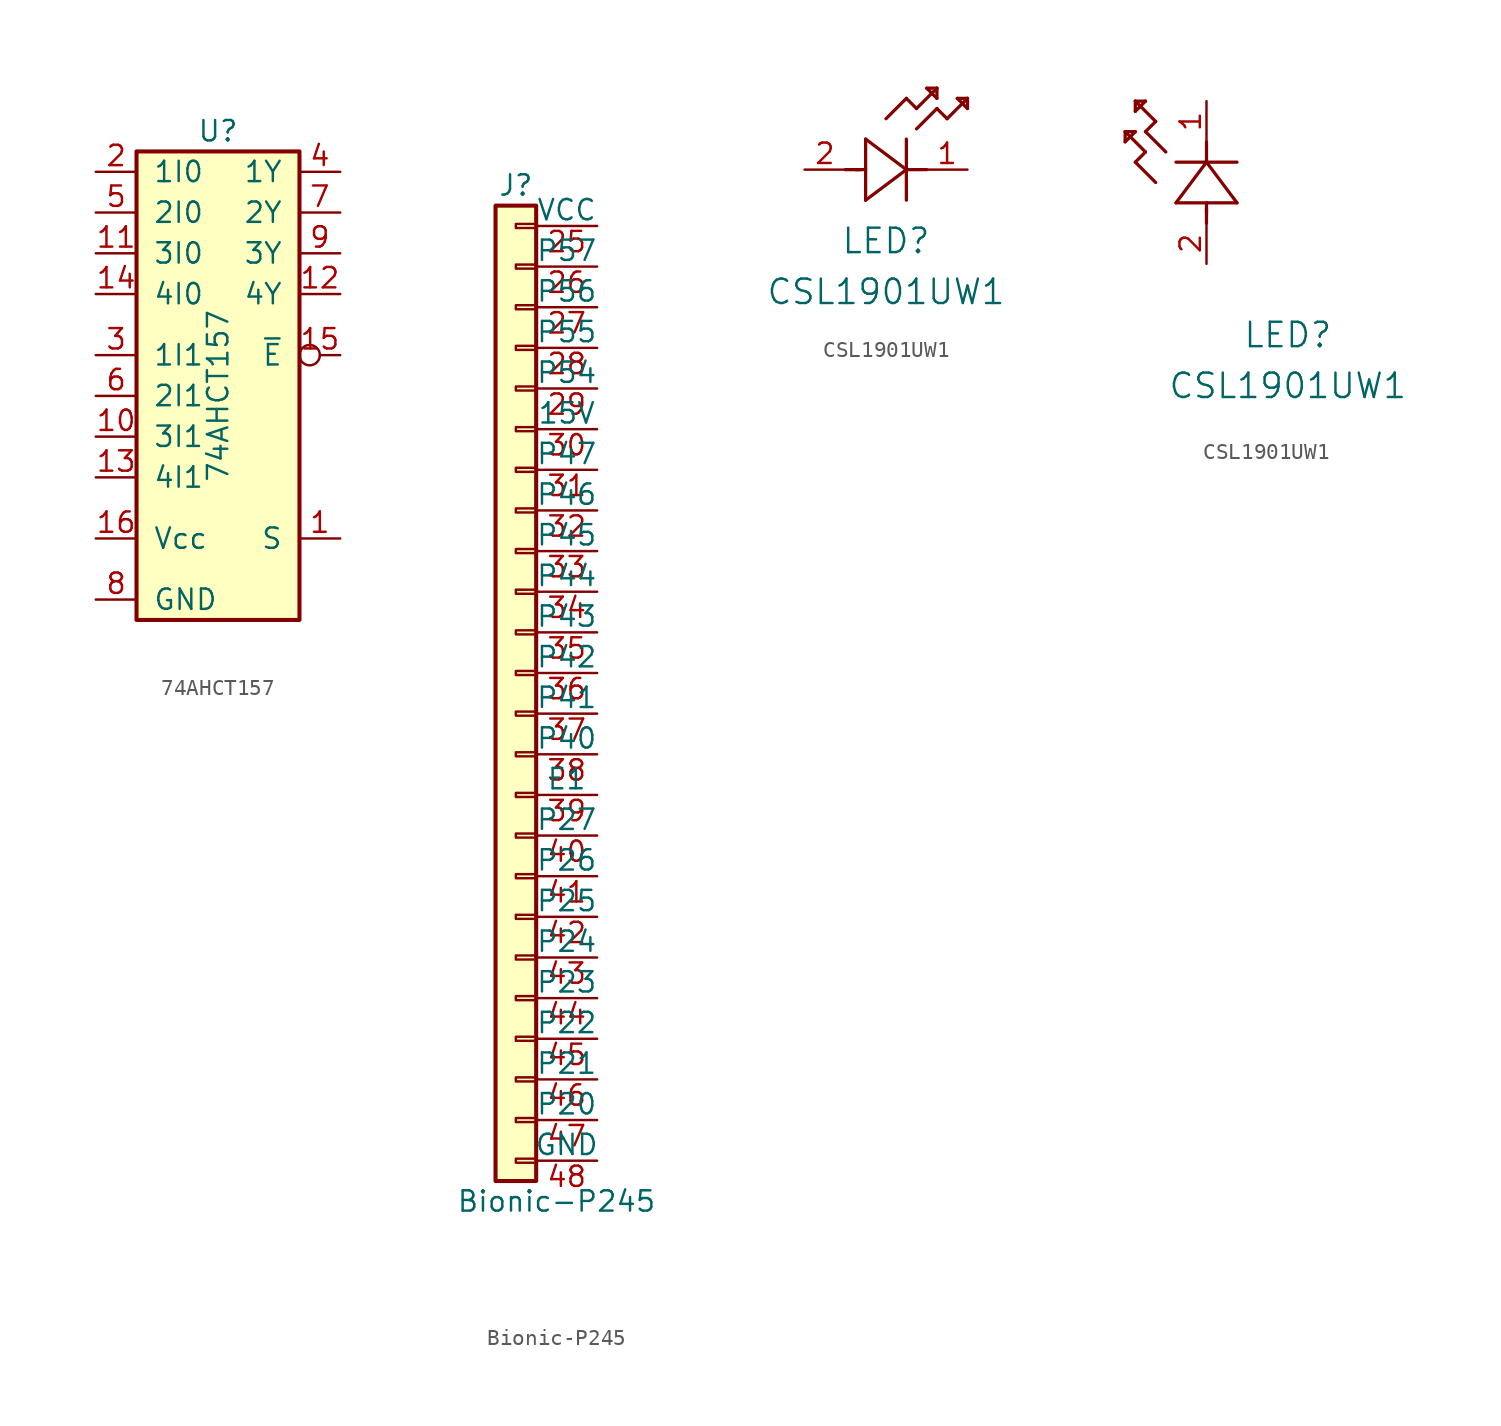
<source format=kicad_sym>
(kicad_symbol_lib
  (version 20220914)
  (generator kicad_symbol_editor)
  (symbol "74AHCT157"
    (pin_names
      (offset 1.016))
    (property "Reference" "U"
      (at 0 16.51 0)
      (effects (font (size 1.27 1.27))))
    (property "Value" "74AHCT157"
      (at 0 0 90)
      (effects (font (size 1.27 1.27))))
    (symbol "74AHCT157_1_0"
      (pin input line (at 7.62 -8.89 180) (length 2.54) (name "S" (effects (font (size 1.27 1.27)))) (number "1" (effects (font (size 1.27 1.27)))))
      (pin input line (at -7.62 -2.54 0) (length 2.54) (name "3I1" (effects (font (size 1.27 1.27)))) (number "10" (effects (font (size 1.27 1.27)))))
      (pin input line (at -7.62 8.89 0) (length 2.54) (name "3I0" (effects (font (size 1.27 1.27)))) (number "11" (effects (font (size 1.27 1.27)))))
      (pin output line (at 7.62 6.35 180) (length 2.54) (name "4Y" (effects (font (size 1.27 1.27)))) (number "12" (effects (font (size 1.27 1.27)))))
      (pin input line (at -7.62 -5.08 0) (length 2.54) (name "4I1" (effects (font (size 1.27 1.27)))) (number "13" (effects (font (size 1.27 1.27)))))
      (pin input line (at -7.62 6.35 0) (length 2.54) (name "4I0" (effects (font (size 1.27 1.27)))) (number "14" (effects (font (size 1.27 1.27)))))
      (pin input inverted (at 7.62 2.54 180) (length 2.54) (name "~{E}" (effects (font (size 1.27 1.27)))) (number "15" (effects (font (size 1.27 1.27)))))
      (pin power_in line (at -7.62 -8.89 0) (length 2.54) (name "Vcc" (effects (font (size 1.27 1.27)))) (number "16" (effects (font (size 1.27 1.27)))))
      (pin input line (at -7.62 13.97 0) (length 2.54) (name "1I0" (effects (font (size 1.27 1.27)))) (number "2" (effects (font (size 1.27 1.27)))))
      (pin input line (at -7.62 2.54 0) (length 2.54) (name "1I1" (effects (font (size 1.27 1.27)))) (number "3" (effects (font (size 1.27 1.27)))))
      (pin output line (at 7.62 13.97 180) (length 2.54) (name "1Y" (effects (font (size 1.27 1.27)))) (number "4" (effects (font (size 1.27 1.27)))))
      (pin input line (at -7.62 11.43 0) (length 2.54) (name "2I0" (effects (font (size 1.27 1.27)))) (number "5" (effects (font (size 1.27 1.27)))))
      (pin input line (at -7.62 0 0) (length 2.54) (name "2I1" (effects (font (size 1.27 1.27)))) (number "6" (effects (font (size 1.27 1.27)))))
      (pin output line (at 7.62 11.43 180) (length 2.54) (name "2Y" (effects (font (size 1.27 1.27)))) (number "7" (effects (font (size 1.27 1.27)))))
      (pin power_in line (at -7.62 -12.7 0) (length 2.54) (name "GND" (effects (font (size 1.27 1.27)))) (number "8" (effects (font (size 1.27 1.27)))))
      (pin output line (at 7.62 8.89 180) (length 2.54) (name "3Y" (effects (font (size 1.27 1.27)))) (number "9" (effects (font (size 1.27 1.27))))))
    (symbol "74AHCT157_1_1"
      (rectangle (start -5.08 15.24) (end 5.08 -13.97) (stroke (width 0.254) (type default)) (fill (type background)))))
  (symbol "Bionic-P245"
    (pin_names
      (offset 0))
    (property "Reference" "J"
      (at -3.81 30.48 0)
      (effects (font (size 1.27 1.27))))
    (property "Value" "Bionic-P245"
      (at -1.27 -33.02 0)
      (effects (font (size 1.27 1.27))))
    (symbol "Bionic-P245_1_1"
      (rectangle (start -2.54 -30.607) (end -3.81 -30.353) (stroke (width 0.152) (type default)) (fill (type none)))
      (rectangle (start -2.54 -28.067) (end -3.81 -27.813) (stroke (width 0.152) (type default)) (fill (type none)))
      (rectangle (start -2.54 -25.527) (end -3.81 -25.273) (stroke (width 0.152) (type default)) (fill (type none)))
      (rectangle (start -2.54 -22.987) (end -3.81 -22.733) (stroke (width 0.152) (type default)) (fill (type none)))
      (rectangle (start -2.54 -20.447) (end -3.81 -20.193) (stroke (width 0.152) (type default)) (fill (type none)))
      (rectangle (start -2.54 -17.907) (end -3.81 -17.653) (stroke (width 0.152) (type default)) (fill (type none)))
      (rectangle (start -2.54 -15.367) (end -3.81 -15.113) (stroke (width 0.152) (type default)) (fill (type none)))
      (rectangle (start -2.54 -12.827) (end -3.81 -12.573) (stroke (width 0.152) (type default)) (fill (type none)))
      (rectangle (start -2.54 -10.287) (end -3.81 -10.033) (stroke (width 0.152) (type default)) (fill (type none)))
      (rectangle (start -2.54 -7.747) (end -3.81 -7.493) (stroke (width 0.152) (type default)) (fill (type none)))
      (rectangle (start -2.54 -5.207) (end -3.81 -4.953) (stroke (width 0.152) (type default)) (fill (type none)))
      (rectangle (start -2.54 -2.667) (end -3.81 -2.413) (stroke (width 0.152) (type default)) (fill (type none)))
      (rectangle (start -2.54 -0.127) (end -3.81 0.127) (stroke (width 0.152) (type default)) (fill (type none)))
      (rectangle (start -2.54 2.413) (end -3.81 2.667) (stroke (width 0.152) (type default)) (fill (type none)))
      (rectangle (start -2.54 4.953) (end -3.81 5.207) (stroke (width 0.152) (type default)) (fill (type none)))
      (rectangle (start -2.54 7.493) (end -3.81 7.747) (stroke (width 0.152) (type default)) (fill (type none)))
      (rectangle (start -2.54 10.033) (end -3.81 10.287) (stroke (width 0.152) (type default)) (fill (type none)))
      (rectangle (start -2.54 12.573) (end -3.81 12.827) (stroke (width 0.152) (type default)) (fill (type none)))
      (rectangle (start -2.54 15.113) (end -3.81 15.367) (stroke (width 0.152) (type default)) (fill (type none)))
      (rectangle (start -2.54 17.653) (end -3.81 17.907) (stroke (width 0.152) (type default)) (fill (type none)))
      (rectangle (start -2.54 20.193) (end -3.81 20.447) (stroke (width 0.152) (type default)) (fill (type none)))
      (rectangle (start -2.54 22.733) (end -3.81 22.987) (stroke (width 0.152) (type default)) (fill (type none)))
      (rectangle (start -2.54 25.273) (end -3.81 25.527) (stroke (width 0.152) (type default)) (fill (type none)))
      (rectangle (start -2.54 27.813) (end -3.81 28.067) (stroke (width 0.152) (type default)) (fill (type none)))
      (rectangle (start -2.54 29.21) (end -5.08 -31.75) (stroke (width 0.254) (type default)) (fill (type background)))
      (pin power_in line (at 1.27 27.94 180) (length 3.81) (name "VCC" (effects (font (size 1.27 1.27)))) (number "25" (effects (font (size 1.27 1.27)))))
      (pin bidirectional line (at 1.27 25.4 180) (length 3.81) (name "P57" (effects (font (size 1.27 1.27)))) (number "26" (effects (font (size 1.27 1.27)))))
      (pin bidirectional line (at 1.27 22.86 180) (length 3.81) (name "P56" (effects (font (size 1.27 1.27)))) (number "27" (effects (font (size 1.27 1.27)))))
      (pin bidirectional line (at 1.27 20.32 180) (length 3.81) (name "P55" (effects (font (size 1.27 1.27)))) (number "28" (effects (font (size 1.27 1.27)))))
      (pin bidirectional line (at 1.27 17.78 180) (length 3.81) (name "P54" (effects (font (size 1.27 1.27)))) (number "29" (effects (font (size 1.27 1.27)))))
      (pin power_in line (at 1.27 15.24 180) (length 3.81) (name "15V" (effects (font (size 1.27 1.27)))) (number "30" (effects (font (size 1.27 1.27)))))
      (pin bidirectional line (at 1.27 12.7 180) (length 3.81) (name "P47" (effects (font (size 1.27 1.27)))) (number "31" (effects (font (size 1.27 1.27)))))
      (pin bidirectional line (at 1.27 10.16 180) (length 3.81) (name "P46" (effects (font (size 1.27 1.27)))) (number "32" (effects (font (size 1.27 1.27)))))
      (pin bidirectional line (at 1.27 7.62 180) (length 3.81) (name "P45" (effects (font (size 1.27 1.27)))) (number "33" (effects (font (size 1.27 1.27)))))
      (pin bidirectional line (at 1.27 5.08 180) (length 3.81) (name "P44" (effects (font (size 1.27 1.27)))) (number "34" (effects (font (size 1.27 1.27)))))
      (pin bidirectional line (at 1.27 2.54 180) (length 3.81) (name "P43" (effects (font (size 1.27 1.27)))) (number "35" (effects (font (size 1.27 1.27)))))
      (pin bidirectional line (at 1.27 0 180) (length 3.81) (name "P42" (effects (font (size 1.27 1.27)))) (number "36" (effects (font (size 1.27 1.27)))))
      (pin bidirectional line (at 1.27 -2.54 180) (length 3.81) (name "P41" (effects (font (size 1.27 1.27)))) (number "37" (effects (font (size 1.27 1.27)))))
      (pin bidirectional line (at 1.27 -5.08 180) (length 3.81) (name "P40" (effects (font (size 1.27 1.27)))) (number "38" (effects (font (size 1.27 1.27)))))
      (pin bidirectional line (at 1.27 -7.62 180) (length 3.81) (name "E1" (effects (font (size 1.27 1.27)))) (number "39" (effects (font (size 1.27 1.27)))))
      (pin bidirectional line (at 1.27 -10.16 180) (length 3.81) (name "P27" (effects (font (size 1.27 1.27)))) (number "40" (effects (font (size 1.27 1.27)))))
      (pin bidirectional line (at 1.27 -12.7 180) (length 3.81) (name "P26" (effects (font (size 1.27 1.27)))) (number "41" (effects (font (size 1.27 1.27)))))
      (pin bidirectional line (at 1.27 -15.24 180) (length 3.81) (name "P25" (effects (font (size 1.27 1.27)))) (number "42" (effects (font (size 1.27 1.27)))))
      (pin bidirectional line (at 1.27 -17.78 180) (length 3.81) (name "P24" (effects (font (size 1.27 1.27)))) (number "43" (effects (font (size 1.27 1.27)))))
      (pin bidirectional line (at 1.27 -20.32 180) (length 3.81) (name "P23" (effects (font (size 1.27 1.27)))) (number "44" (effects (font (size 1.27 1.27)))))
      (pin bidirectional line (at 1.27 -22.86 180) (length 3.81) (name "P22" (effects (font (size 1.27 1.27)))) (number "45" (effects (font (size 1.27 1.27)))))
      (pin bidirectional line (at 1.27 -25.4 180) (length 3.81) (name "P21" (effects (font (size 1.27 1.27)))) (number "46" (effects (font (size 1.27 1.27)))))
      (pin bidirectional line (at 1.27 -27.94 180) (length 3.81) (name "P20" (effects (font (size 1.27 1.27)))) (number "47" (effects (font (size 1.27 1.27)))))
      (pin power_in line (at 1.27 -30.48 180) (length 3.81) (name "GND" (effects (font (size 1.27 1.27)))) (number "48" (effects (font (size 1.27 1.27)))))))
  (symbol "CSL1901UW1"
    (pin_names
      (offset 0.254))
    (property "Reference" "LED"
      (at 5.08 -4.445 0)
      (effects (font (size 1.524 1.524))))
    (property "Value" "CSL1901UW1"
      (at 5.08 -7.62 0)
      (effects (font (size 1.524 1.524))))
    (property "ki_locked" ""
      (at 0 0 0)
      (effects (font (size 1.27 1.27))))
    (symbol "CSL1901UW1_1_1"
      (polyline (pts (xy 2.54 0) (xy 3.48 0)) (stroke (width 0.203) (type default)) (fill (type none)))
      (polyline (pts (xy 3.175 0) (xy 3.81 0)) (stroke (width 0.203) (type default)) (fill (type none)))
      (polyline (pts (xy 3.81 -1.905) (xy 6.35 0)) (stroke (width 0.203) (type default)) (fill (type none)))
      (polyline (pts (xy 3.81 1.905) (xy 3.81 -1.905)) (stroke (width 0.203) (type default)) (fill (type none)))
      (polyline (pts (xy 5.08 3.175) (xy 6.35 4.445)) (stroke (width 0.203) (type default)) (fill (type none)))
      (polyline (pts (xy 6.35 -1.905) (xy 6.35 1.905)) (stroke (width 0.203) (type default)) (fill (type none)))
      (polyline (pts (xy 6.35 0) (xy 3.81 1.905)) (stroke (width 0.203) (type default)) (fill (type none)))
      (polyline (pts (xy 6.35 0) (xy 7.62 0)) (stroke (width 0.203) (type default)) (fill (type none)))
      (polyline (pts (xy 6.35 4.445) (xy 6.985 3.81)) (stroke (width 0.203) (type default)) (fill (type none)))
      (polyline (pts (xy 6.985 2.54) (xy 8.255 3.81)) (stroke (width 0.203) (type default)) (fill (type none)))
      (polyline (pts (xy 6.985 3.81) (xy 8.255 5.08)) (stroke (width 0.203) (type default)) (fill (type none)))
      (polyline (pts (xy 7.62 5.08) (xy 8.255 4.445)) (stroke (width 0.203) (type default)) (fill (type none)))
      (polyline (pts (xy 8.255 3.81) (xy 8.89 3.175)) (stroke (width 0.203) (type default)) (fill (type none)))
      (polyline (pts (xy 8.255 4.445) (xy 8.255 5.08)) (stroke (width 0.203) (type default)) (fill (type none)))
      (polyline (pts (xy 8.255 5.08) (xy 7.62 5.08)) (stroke (width 0.203) (type default)) (fill (type none)))
      (polyline (pts (xy 8.89 3.175) (xy 10.16 4.445)) (stroke (width 0.203) (type default)) (fill (type none)))
      (polyline (pts (xy 9.525 4.445) (xy 10.16 3.81)) (stroke (width 0.203) (type default)) (fill (type none)))
      (polyline (pts (xy 10.16 3.81) (xy 10.16 4.445)) (stroke (width 0.203) (type default)) (fill (type none)))
      (polyline (pts (xy 10.16 4.445) (xy 9.525 4.445)) (stroke (width 0.203) (type default)) (fill (type none)))
      (pin passive line (at 10.16 0 180) (length 2.54) (name "" (effects (font (size 1.27 1.27)))) (number "1" (effects (font (size 1.27 1.27)))))
      (pin passive line (at 0 0 0) (length 2.54) (name "" (effects (font (size 1.27 1.27)))) (number "2" (effects (font (size 1.27 1.27))))))
    (symbol "CSL1901UW1_1_2"
      (polyline (pts (xy -5.08 7.62) (xy -4.445 8.255)) (stroke (width 0.203) (type default)) (fill (type none)))
      (polyline (pts (xy -5.08 8.255) (xy -5.08 7.62)) (stroke (width 0.203) (type default)) (fill (type none)))
      (polyline (pts (xy -4.445 6.35) (xy -3.81 6.985)) (stroke (width 0.203) (type default)) (fill (type none)))
      (polyline (pts (xy -4.445 8.255) (xy -5.08 8.255)) (stroke (width 0.203) (type default)) (fill (type none)))
      (polyline (pts (xy -4.445 9.525) (xy -3.81 10.16)) (stroke (width 0.203) (type default)) (fill (type none)))
      (polyline (pts (xy -4.445 10.16) (xy -4.445 9.525)) (stroke (width 0.203) (type default)) (fill (type none)))
      (polyline (pts (xy -3.81 6.985) (xy -5.08 8.255)) (stroke (width 0.203) (type default)) (fill (type none)))
      (polyline (pts (xy -3.81 8.255) (xy -3.175 8.89)) (stroke (width 0.203) (type default)) (fill (type none)))
      (polyline (pts (xy -3.81 10.16) (xy -4.445 10.16)) (stroke (width 0.203) (type default)) (fill (type none)))
      (polyline (pts (xy -3.175 5.08) (xy -4.445 6.35)) (stroke (width 0.203) (type default)) (fill (type none)))
      (polyline (pts (xy -3.175 8.89) (xy -4.445 10.16)) (stroke (width 0.203) (type default)) (fill (type none)))
      (polyline (pts (xy -2.54 6.985) (xy -3.81 8.255)) (stroke (width 0.203) (type default)) (fill (type none)))
      (polyline (pts (xy -1.905 3.81) (xy 1.905 3.81)) (stroke (width 0.203) (type default)) (fill (type none)))
      (polyline (pts (xy 0 2.54) (xy 0 3.48)) (stroke (width 0.203) (type default)) (fill (type none)))
      (polyline (pts (xy 0 3.175) (xy 0 3.81)) (stroke (width 0.203) (type default)) (fill (type none)))
      (polyline (pts (xy 0 6.35) (xy -1.905 3.81)) (stroke (width 0.203) (type default)) (fill (type none)))
      (polyline (pts (xy 0 6.35) (xy 0 7.62)) (stroke (width 0.203) (type default)) (fill (type none)))
      (polyline (pts (xy 1.905 3.81) (xy 0 6.35)) (stroke (width 0.203) (type default)) (fill (type none)))
      (polyline (pts (xy 1.905 6.35) (xy -1.905 6.35)) (stroke (width 0.203) (type default)) (fill (type none)))
      (pin unspecified line (at 0 10.16 270) (length 2.54) (name "" (effects (font (size 1.27 1.27)))) (number "1" (effects (font (size 1.27 1.27)))))
      (pin unspecified line (at 0 0 90) (length 2.54) (name "" (effects (font (size 1.27 1.27)))) (number "2" (effects (font (size 1.27 1.27))))))))
</source>
